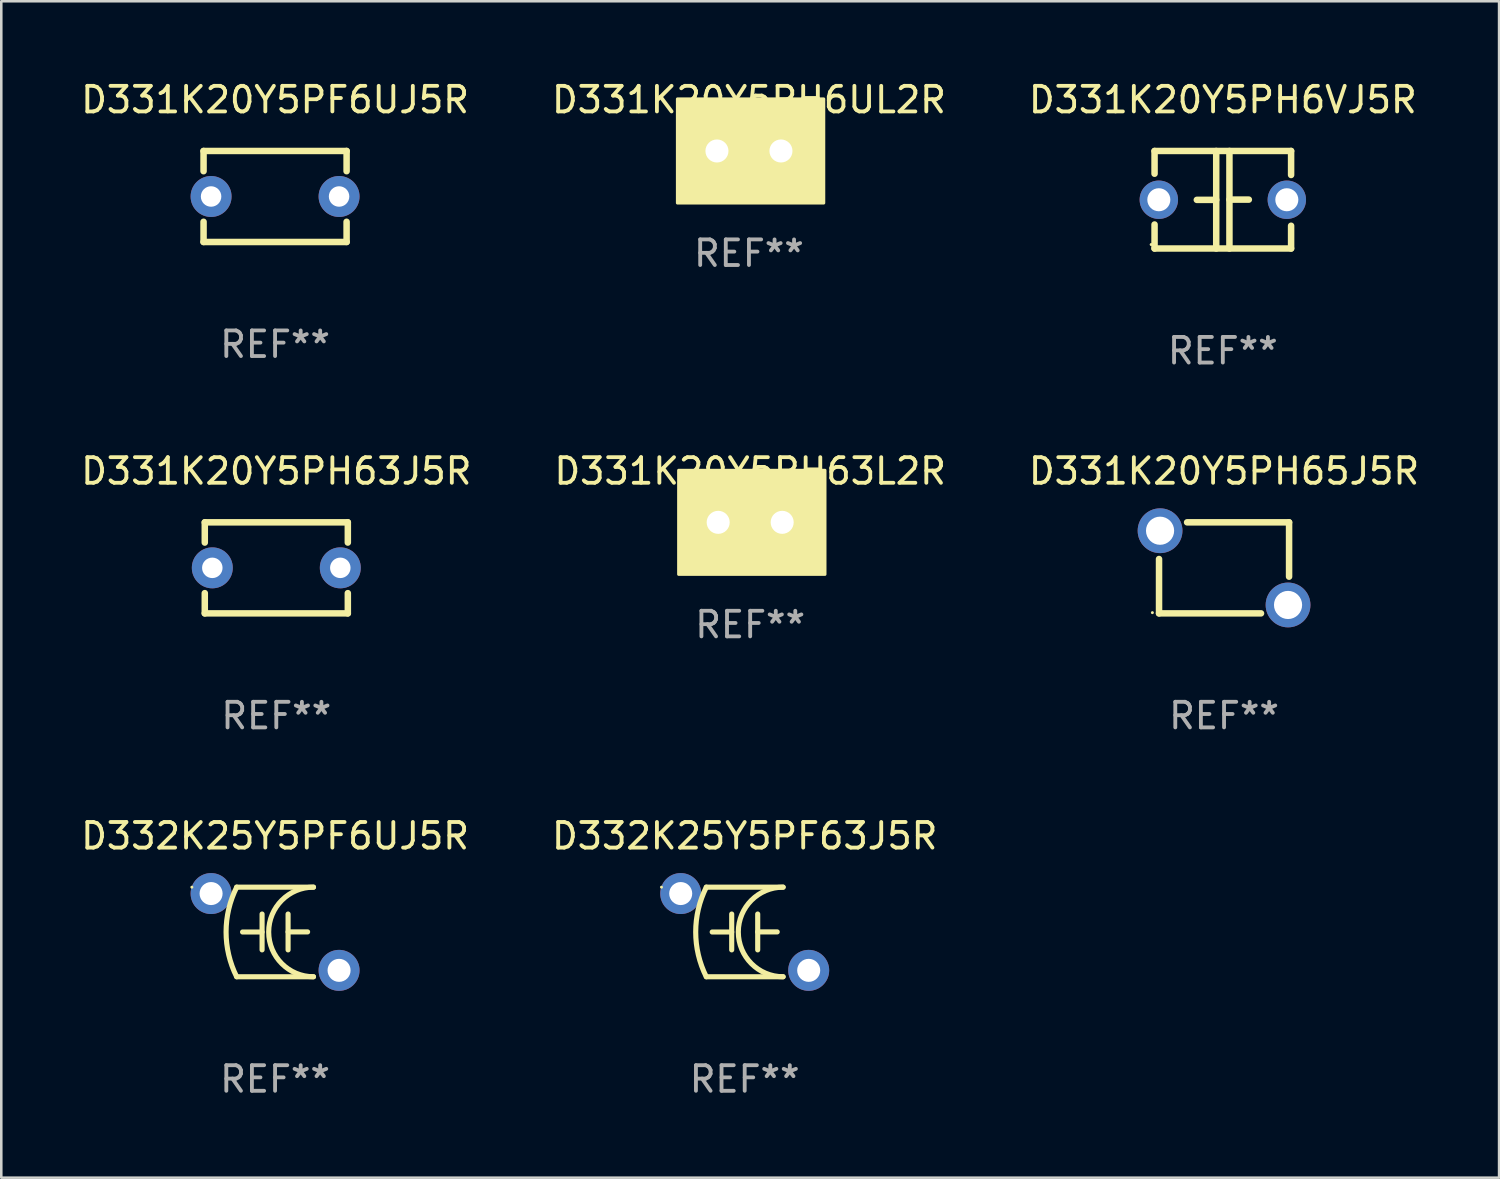
<source format=kicad_pcb>
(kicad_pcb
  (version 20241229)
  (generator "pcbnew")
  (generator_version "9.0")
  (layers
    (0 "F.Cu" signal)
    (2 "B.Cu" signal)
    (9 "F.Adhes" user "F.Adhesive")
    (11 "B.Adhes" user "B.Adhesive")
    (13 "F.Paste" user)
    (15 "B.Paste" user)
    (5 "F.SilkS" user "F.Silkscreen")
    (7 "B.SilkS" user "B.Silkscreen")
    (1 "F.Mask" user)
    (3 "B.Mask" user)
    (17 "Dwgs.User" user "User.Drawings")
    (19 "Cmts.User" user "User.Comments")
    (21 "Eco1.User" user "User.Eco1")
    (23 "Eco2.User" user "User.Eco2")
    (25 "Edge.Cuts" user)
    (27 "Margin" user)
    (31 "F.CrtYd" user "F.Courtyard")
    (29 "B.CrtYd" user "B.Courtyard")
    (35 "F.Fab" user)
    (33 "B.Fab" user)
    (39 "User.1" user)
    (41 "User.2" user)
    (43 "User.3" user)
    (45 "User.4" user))
  (footprint "D331K20Y5PH6VJ5R"
    (layer "F.Cu")
    (at 44.72 4.753)
    (property "Reference" "D331K20Y5PH6VJ5R" (at 0 -3.905 0) (layer "F.SilkS") (effects (font (size 1 1) (thickness 0.15))))
    (attr through_hole)
    (fp_line (start -2.667 -1.905) (end -2.667 -1.016) (stroke (width 0.254) (type solid)) (layer "F.SilkS"))
    (fp_line (start -2.667 0.967) (end -2.667 1.905) (stroke (width 0.254) (type solid)) (layer "F.SilkS"))
    (fp_line (start -2.667 1.905) (end 2.667 1.905) (stroke (width 0.254) (type solid)) (layer "F.SilkS"))
    (fp_line (start -0.258 0.005) (end -1.016 0.005) (stroke (width 0.254) (type solid)) (layer "F.SilkS"))
    (fp_line (start -0.258 1.905) (end -0.258 -1.905) (stroke (width 0.254) (type solid)) (layer "F.SilkS"))
    (fp_line (start 0.258 -1.905) (end 0.258 1.905) (stroke (width 0.254) (type solid)) (layer "F.SilkS"))
    (fp_line (start 0.258 -0.005) (end 1.016 -0.005) (stroke (width 0.254) (type solid)) (layer "F.SilkS"))
    (fp_line (start 2.667 -1.905) (end -2.667 -1.905) (stroke (width 0.254) (type solid)) (layer "F.SilkS"))
    (fp_line (start 2.667 -0.967) (end 2.667 -1.905) (stroke (width 0.254) (type solid)) (layer "F.SilkS"))
    (fp_line (start 2.667 1.905) (end 2.667 1.016) (stroke (width 0.254) (type solid)) (layer "F.SilkS"))
    (fp_circle (center -2.8 1.75) (end -2.77 1.75) (stroke (width 0.06) (type solid)) (fill no) (layer "F.SilkS"))
    (fp_text user "REF**" (at 0 5.905 0) (layer "F.Fab") (effects (font (size 1 1) (thickness 0.15))))
    (pad "1" thru_hole circle (at -2.5 0) (size 1.5 1.5) (drill 0.9) (layers "*.Cu" "*.Mask"))
    (pad "2" thru_hole circle (at 2.5 0) (size 1.5 1.5) (drill 0.9) (layers "*.Cu" "*.Mask")))
  (footprint "D331K20Y5PH6UL2R"
    (layer "F.Cu")
    (at 26.208 2.848)
    (property "Reference" "D331K20Y5PH6UL2R" (at 0 -2 0) (layer "F.SilkS") (effects (font (size 1 1) (thickness 0.15))))
    (attr through_hole)
    (fp_circle (center -2.5 1.75) (end -2.47 1.75) (stroke (width 0.06) (type solid)) (fill no) (layer "F.SilkS"))
    (fp_poly (pts (xy -2.794 -2.032) (xy 2.921 -2.032) (xy 2.921 2.032) (xy -2.794 2.032)) (stroke (width 0.12) (type solid)) (fill yes) (layer "F.SilkS"))
    (fp_text user "REF**" (at 0 4 0) (layer "F.Fab") (effects (font (size 1 1) (thickness 0.15))))
    (pad "1" thru_hole circle (at -1.25 0) (size 1.5 1.5) (drill 0.9) (layers "*.Cu" "*.Mask"))
    (pad "2" thru_hole circle (at 1.25 0) (size 1.5 1.5) (drill 0.9) (layers "*.Cu" "*.Mask")))
  (footprint "D331K20Y5PH63L2R"
    (layer "F.Cu")
    (at 26.256 17.355)
    (property "Reference" "D331K20Y5PH63L2R" (at 0 -2 0) (layer "F.SilkS") (effects (font (size 1 1) (thickness 0.15))))
    (attr through_hole)
    (fp_circle (center -2.5 1.75) (end -2.47 1.75) (stroke (width 0.06) (type solid)) (fill no) (layer "F.SilkS"))
    (fp_poly (pts (xy -2.794 -2.032) (xy 2.921 -2.032) (xy 2.921 2.032) (xy -2.794 2.032)) (stroke (width 0.12) (type solid)) (fill yes) (layer "F.SilkS"))
    (fp_text user "REF**" (at 0 4 0) (layer "F.Fab") (effects (font (size 1 1) (thickness 0.15))))
    (pad "1" thru_hole circle (at -1.25 0) (size 1.5 1.5) (drill 0.9) (layers "*.Cu" "*.Mask"))
    (pad "2" thru_hole circle (at 1.25 0) (size 1.5 1.5) (drill 0.9) (layers "*.Cu" "*.Mask")))
  (footprint "D332K25Y5PF6UJ5R"
    (layer "F.Cu")
    (at 7.696 33.357)
    (property "Reference" "D332K25Y5PF6UJ5R" (at 0 -3.75 0) (layer "F.SilkS") (effects (font (size 1 1) (thickness 0.15))))
    (attr through_hole)
    (fp_line (start -1.5 -1.75) (end 1.5 -1.75) (stroke (width 0.2) (type solid)) (layer "F.SilkS"))
    (fp_line (start -0.508 -0.7) (end -0.508 0.7) (stroke (width 0.2) (type solid)) (layer "F.SilkS"))
    (fp_line (start -0.508 0.002) (end -1.27 0.002) (stroke (width 0.2) (type solid)) (layer "F.SilkS"))
    (fp_line (start 0.508 -0.002) (end 1.27 -0.002) (stroke (width 0.2) (type solid)) (layer "F.SilkS"))
    (fp_line (start 0.508 0.7) (end 0.508 -0.7) (stroke (width 0.2) (type solid)) (layer "F.SilkS"))
    (fp_line (start 1.5 1.75) (end -1.5 1.75) (stroke (width 0.2) (type solid)) (layer "F.SilkS"))
    (fp_arc (start -1.50127 1.750064) (mid -1.914008 -0.000109) (end -1.500127 -1.750013) (stroke (width 0.2) (type solid)) (layer "F.SilkS"))
    (fp_arc (start 1.499873 1.750013) (mid -0.249022 -0.000597) (end 1.501016 -1.750063) (stroke (width 0.2) (type solid)) (layer "F.SilkS"))
    (fp_circle (center -3.251 -1.75) (end -3.221 -1.75) (stroke (width 0.06) (type solid)) (fill no) (layer "F.SilkS"))
    (fp_text user "REF**" (at 0 5.75 0) (layer "F.Fab") (effects (font (size 1 1) (thickness 0.15))))
    (pad "1" thru_hole circle (at -2.5 -1.5) (size 1.6 1.6) (drill 0.9) (layers "*.Cu" "*.Mask"))
    (pad "2" thru_hole circle (at 2.5 1.5) (size 1.6 1.6) (drill 0.9) (layers "*.Cu" "*.Mask")))
  (footprint "D331K20Y5PH63J5R"
    (layer "F.Cu")
    (at 7.744 19.133)
    (property "Reference" "D331K20Y5PH63J5R" (at 0 -3.778 0) (layer "F.SilkS") (effects (font (size 1 1) (thickness 0.15))))
    (attr through_hole)
    (fp_line (start -2.794 -1.778) (end -2.794 -0.988) (stroke (width 0.254) (type solid)) (layer "F.SilkS"))
    (fp_line (start -2.794 0.988) (end -2.794 1.778) (stroke (width 0.254) (type solid)) (layer "F.SilkS"))
    (fp_line (start -2.794 1.778) (end 2.794 1.778) (stroke (width 0.254) (type solid)) (layer "F.SilkS"))
    (fp_line (start 2.794 -1.778) (end -2.794 -1.778) (stroke (width 0.254) (type solid)) (layer "F.SilkS"))
    (fp_line (start 2.794 -0.988) (end 2.794 -1.778) (stroke (width 0.254) (type solid)) (layer "F.SilkS"))
    (fp_line (start 2.794 1.778) (end 2.794 0.988) (stroke (width 0.254) (type solid)) (layer "F.SilkS"))
    (fp_circle (center -2.75 1.75) (end -2.72 1.75) (stroke (width 0.06) (type solid)) (fill no) (layer "F.SilkS"))
    (fp_text user "REF**" (at 0 5.778 0) (layer "F.Fab") (effects (font (size 1 1) (thickness 0.15))))
    (pad "1" thru_hole circle (at -2.5 0) (size 1.6 1.6) (drill 0.8) (layers "*.Cu" "*.Mask"))
    (pad "2" thru_hole circle (at 2.5 0) (size 1.6 1.6) (drill 0.8) (layers "*.Cu" "*.Mask")))
  (footprint "D331K20Y5PF6UJ5R"
    (layer "F.Cu")
    (at 7.696 4.626)
    (property "Reference" "D331K20Y5PF6UJ5R" (at 0 -3.778 0) (layer "F.SilkS") (effects (font (size 1 1) (thickness 0.15))))
    (attr through_hole)
    (fp_line (start -2.794 -1.778) (end -2.794 -0.988) (stroke (width 0.254) (type solid)) (layer "F.SilkS"))
    (fp_line (start -2.794 0.988) (end -2.794 1.778) (stroke (width 0.254) (type solid)) (layer "F.SilkS"))
    (fp_line (start -2.794 1.778) (end 2.794 1.778) (stroke (width 0.254) (type solid)) (layer "F.SilkS"))
    (fp_line (start 2.794 -1.778) (end -2.794 -1.778) (stroke (width 0.254) (type solid)) (layer "F.SilkS"))
    (fp_line (start 2.794 -0.988) (end 2.794 -1.778) (stroke (width 0.254) (type solid)) (layer "F.SilkS"))
    (fp_line (start 2.794 1.778) (end 2.794 0.988) (stroke (width 0.254) (type solid)) (layer "F.SilkS"))
    (fp_circle (center -2.75 1.75) (end -2.72 1.75) (stroke (width 0.06) (type solid)) (fill no) (layer "F.SilkS"))
    (fp_text user "REF**" (at 0 5.778 0) (layer "F.Fab") (effects (font (size 1 1) (thickness 0.15))))
    (pad "1" thru_hole circle (at -2.5 0) (size 1.6 1.6) (drill 0.8) (layers "*.Cu" "*.Mask"))
    (pad "2" thru_hole circle (at 2.5 0) (size 1.6 1.6) (drill 0.8) (layers "*.Cu" "*.Mask")))
  (footprint "D331K20Y5PH65J5R"
    (layer "F.Cu")
    (at 44.768 19.133)
    (property "Reference" "D331K20Y5PH65J5R" (at 0 -3.778 0) (layer "F.SilkS") (effects (font (size 1 1) (thickness 0.15))))
    (attr through_hole)
    (fp_line (start -2.54 1.778) (end -2.54 -0.345) (stroke (width 0.254) (type solid)) (layer "F.SilkS"))
    (fp_line (start 1.444 1.778) (end -2.54 1.778) (stroke (width 0.254) (type solid)) (layer "F.SilkS"))
    (fp_line (start 2.54 -1.778) (end -1.444 -1.778) (stroke (width 0.254) (type solid)) (layer "F.SilkS"))
    (fp_line (start 2.54 -1.778) (end 2.54 0.345) (stroke (width 0.254) (type solid)) (layer "F.SilkS"))
    (fp_circle (center -2.8 1.75) (end -2.77 1.75) (stroke (width 0.06) (type solid)) (fill no) (layer "F.SilkS"))
    (fp_text user "REF**" (at 0 5.778 0) (layer "F.Fab") (effects (font (size 1 1) (thickness 0.15))))
    (pad "1" thru_hole circle (at -2.5 -1.45) (size 1.75 1.75) (drill 1.1) (layers "*.Cu" "*.Mask"))
    (pad "2" thru_hole circle (at 2.5 1.45) (size 1.75 1.75) (drill 1.1) (layers "*.Cu" "*.Mask")))
  (footprint "D332K25Y5PF63J5R"
    (layer "F.Cu")
    (at 26.042 33.357)
    (property "Reference" "D332K25Y5PF63J5R" (at 0 -3.75 0) (layer "F.SilkS") (effects (font (size 1 1) (thickness 0.15))))
    (attr through_hole)
    (fp_line (start -1.5 -1.75) (end 1.5 -1.75) (stroke (width 0.2) (type solid)) (layer "F.SilkS"))
    (fp_line (start -0.508 -0.7) (end -0.508 0.7) (stroke (width 0.2) (type solid)) (layer "F.SilkS"))
    (fp_line (start -0.508 0.002) (end -1.27 0.002) (stroke (width 0.2) (type solid)) (layer "F.SilkS"))
    (fp_line (start 0.508 -0.002) (end 1.27 -0.002) (stroke (width 0.2) (type solid)) (layer "F.SilkS"))
    (fp_line (start 0.508 0.7) (end 0.508 -0.7) (stroke (width 0.2) (type solid)) (layer "F.SilkS"))
    (fp_line (start 1.5 1.75) (end -1.5 1.75) (stroke (width 0.2) (type solid)) (layer "F.SilkS"))
    (fp_arc (start -1.50127 1.750064) (mid -1.914008 -0.000109) (end -1.500127 -1.750013) (stroke (width 0.2) (type solid)) (layer "F.SilkS"))
    (fp_arc (start 1.499873 1.750013) (mid -0.249022 -0.000597) (end 1.501016 -1.750063) (stroke (width 0.2) (type solid)) (layer "F.SilkS"))
    (fp_circle (center -3.251 -1.75) (end -3.221 -1.75) (stroke (width 0.06) (type solid)) (fill no) (layer "F.SilkS"))
    (fp_text user "REF**" (at 0 5.75 0) (layer "F.Fab") (effects (font (size 1 1) (thickness 0.15))))
    (pad "1" thru_hole circle (at -2.5 -1.5) (size 1.6 1.6) (drill 0.9) (layers "*.Cu" "*.Mask"))
    (pad "2" thru_hole circle (at 2.5 1.5) (size 1.6 1.6) (drill 0.9) (layers "*.Cu" "*.Mask")))
  (gr_rect
    (start -3 -3)
    (end 55.512 42.956)
    (stroke (width 0.1) (type default))
    (fill no)
    (layer "Edge.Cuts")))
</source>
